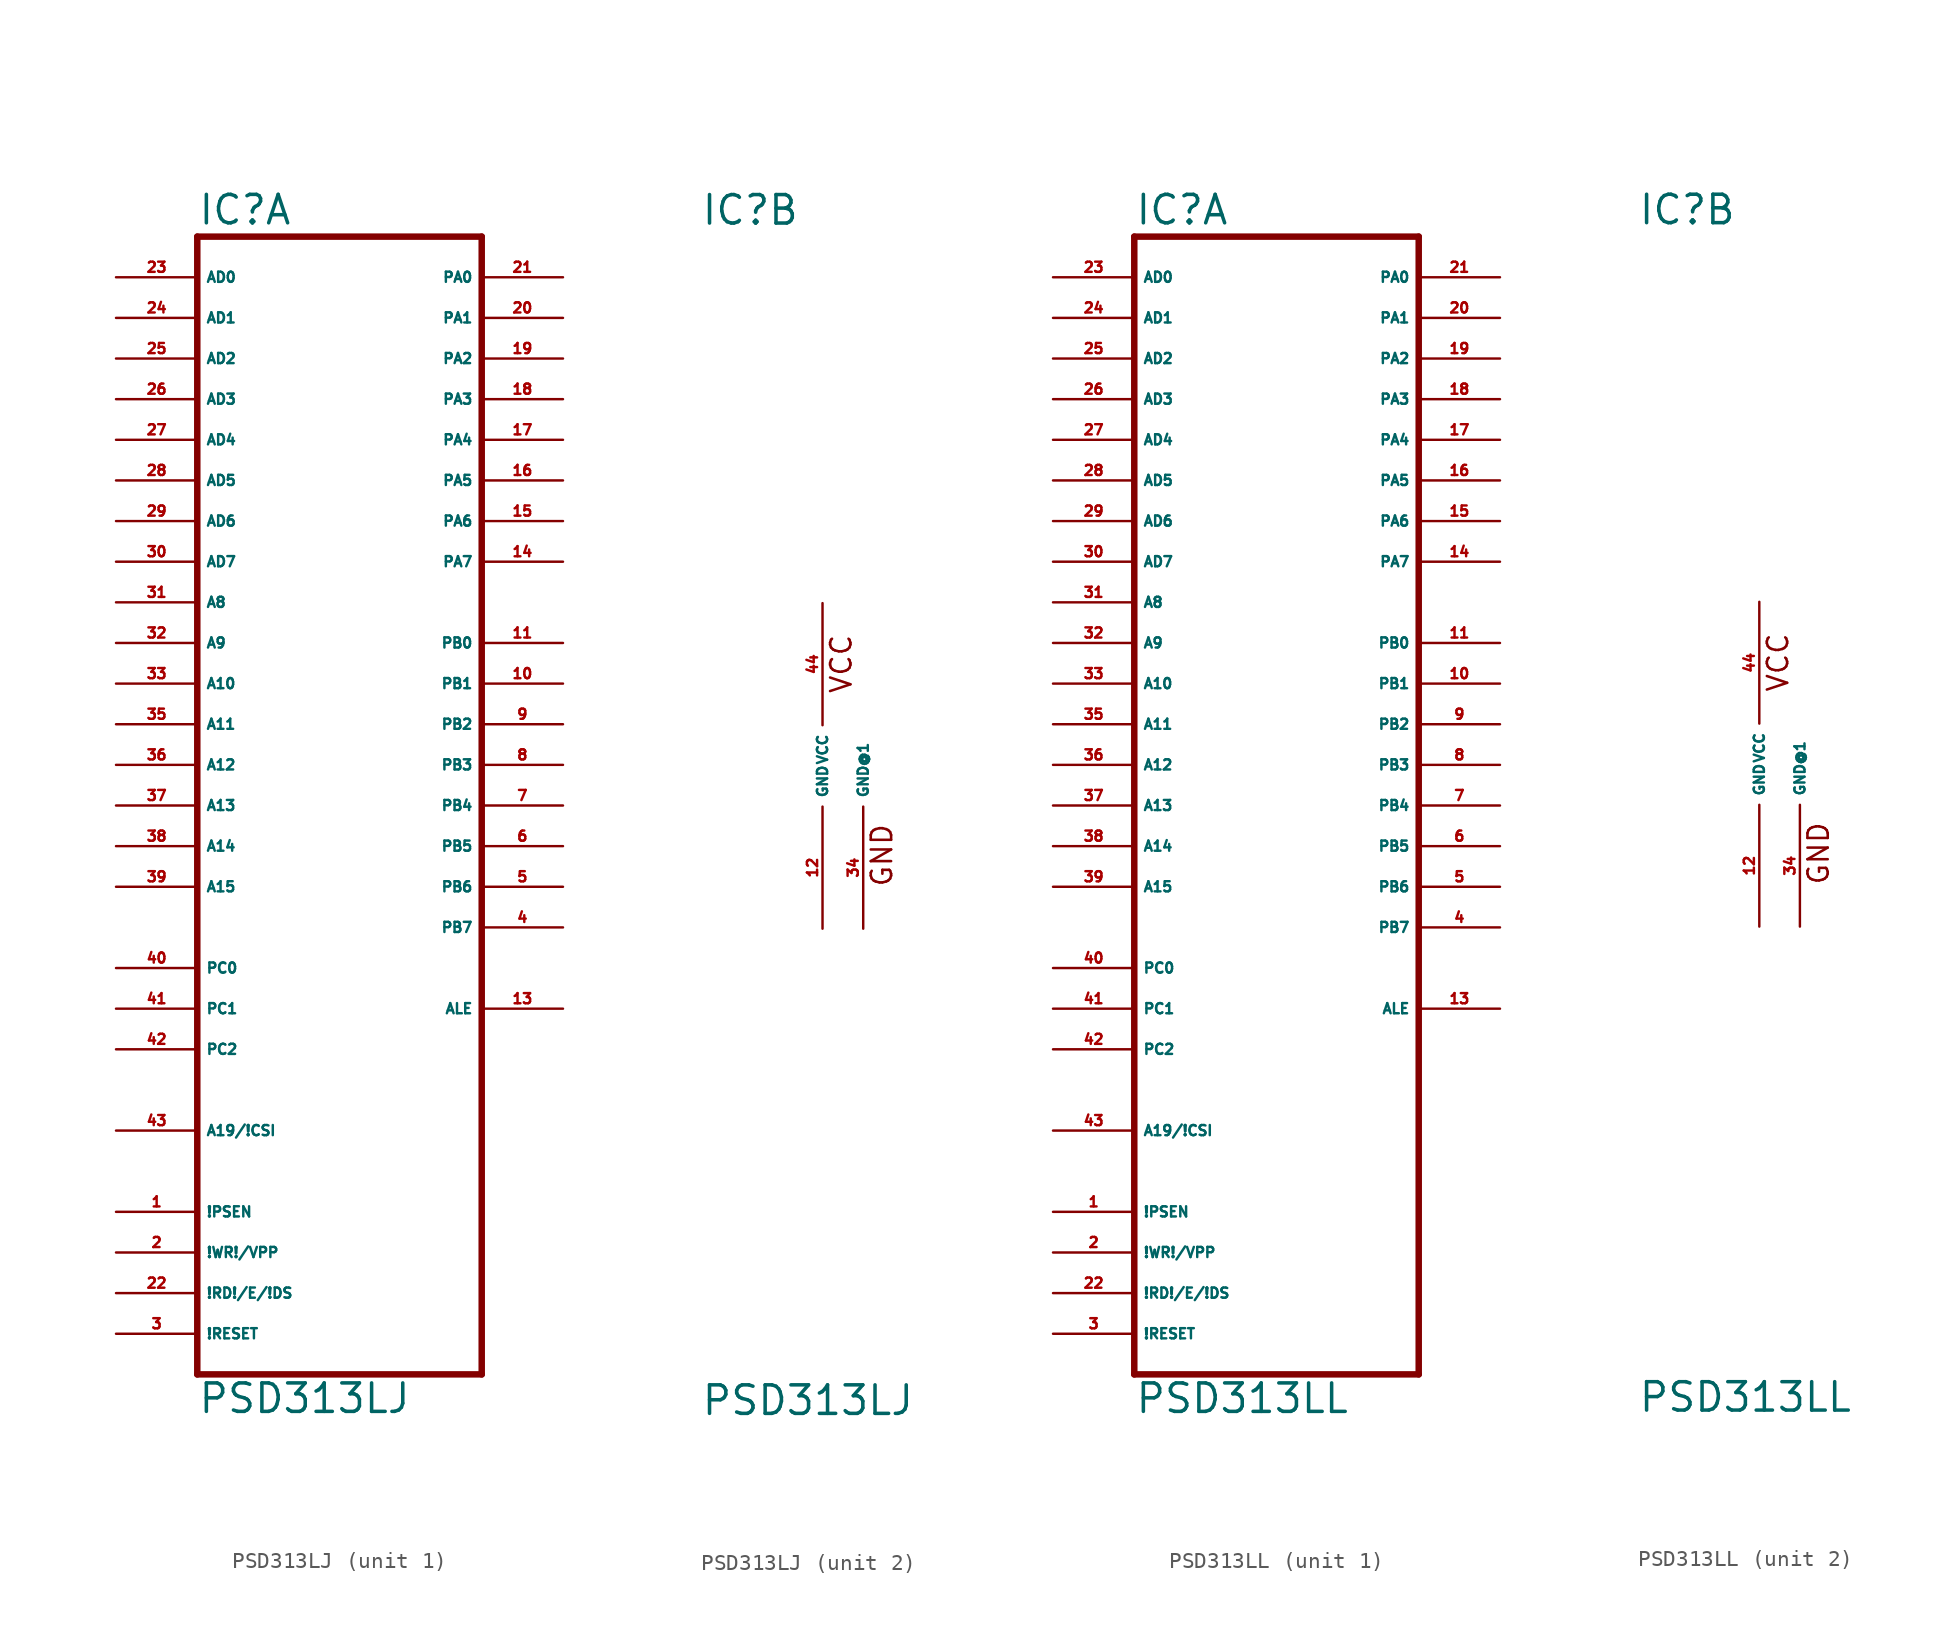
<source format=kicad_sym>
(kicad_symbol_lib
  (version 20220914)
  (generator Eagle2Kicad)
  (symbol "PSD313LJ"
    (property "Reference" "IC"
      (at -7.62 33.655 0)
      (effects (font (size 1.778 1.778) (thickness 0.22)) (justify left bottom)))
    (property "Value" "PSD313LJ"
      (at -7.62 -40.64 0)
      (effects (font (size 1.778 1.778) (thickness 0.22)) (justify left bottom)))
    (symbol "PSD313LJ_1_0"
      (polyline (pts (xy -7.62 -38.1) (xy 10.16 -38.1)) (stroke (width 0.406) (type default)) (fill (type none)))
      (polyline (pts (xy 10.16 -38.1) (xy 10.16 33.02)) (stroke (width 0.406) (type default)) (fill (type none)))
      (polyline (pts (xy 10.16 33.02) (xy -7.62 33.02)) (stroke (width 0.406) (type default)) (fill (type none)))
      (polyline (pts (xy -7.62 33.02) (xy -7.62 -38.1)) (stroke (width 0.406) (type default)) (fill (type none)))
      (pin input line (at -12.7 30.48 0) (length 5.08) (name "AD0" (effects (font (size 0.635 0.635) (thickness 0.08)) (justify left bottom))) (number "23" (effects (font (size 0.635 0.635) (thickness 0.08)) (justify left bottom))))
      (pin input line (at -12.7 27.94 0) (length 5.08) (name "AD1" (effects (font (size 0.635 0.635) (thickness 0.08)) (justify left bottom))) (number "24" (effects (font (size 0.635 0.635) (thickness 0.08)) (justify left bottom))))
      (pin input line (at -12.7 25.4 0) (length 5.08) (name "AD2" (effects (font (size 0.635 0.635) (thickness 0.08)) (justify left bottom))) (number "25" (effects (font (size 0.635 0.635) (thickness 0.08)) (justify left bottom))))
      (pin input line (at -12.7 22.86 0) (length 5.08) (name "AD3" (effects (font (size 0.635 0.635) (thickness 0.08)) (justify left bottom))) (number "26" (effects (font (size 0.635 0.635) (thickness 0.08)) (justify left bottom))))
      (pin input line (at -12.7 20.32 0) (length 5.08) (name "AD4" (effects (font (size 0.635 0.635) (thickness 0.08)) (justify left bottom))) (number "27" (effects (font (size 0.635 0.635) (thickness 0.08)) (justify left bottom))))
      (pin input line (at -12.7 17.78 0) (length 5.08) (name "AD5" (effects (font (size 0.635 0.635) (thickness 0.08)) (justify left bottom))) (number "28" (effects (font (size 0.635 0.635) (thickness 0.08)) (justify left bottom))))
      (pin input line (at -12.7 15.24 0) (length 5.08) (name "AD6" (effects (font (size 0.635 0.635) (thickness 0.08)) (justify left bottom))) (number "29" (effects (font (size 0.635 0.635) (thickness 0.08)) (justify left bottom))))
      (pin input line (at -12.7 12.7 0) (length 5.08) (name "AD7" (effects (font (size 0.635 0.635) (thickness 0.08)) (justify left bottom))) (number "30" (effects (font (size 0.635 0.635) (thickness 0.08)) (justify left bottom))))
      (pin input line (at -12.7 10.16 0) (length 5.08) (name "A8" (effects (font (size 0.635 0.635) (thickness 0.08)) (justify left bottom))) (number "31" (effects (font (size 0.635 0.635) (thickness 0.08)) (justify left bottom))))
      (pin input line (at -12.7 7.62 0) (length 5.08) (name "A9" (effects (font (size 0.635 0.635) (thickness 0.08)) (justify left bottom))) (number "32" (effects (font (size 0.635 0.635) (thickness 0.08)) (justify left bottom))))
      (pin input line (at -12.7 5.08 0) (length 5.08) (name "A10" (effects (font (size 0.635 0.635) (thickness 0.08)) (justify left bottom))) (number "33" (effects (font (size 0.635 0.635) (thickness 0.08)) (justify left bottom))))
      (pin input line (at -12.7 2.54 0) (length 5.08) (name "A11" (effects (font (size 0.635 0.635) (thickness 0.08)) (justify left bottom))) (number "35" (effects (font (size 0.635 0.635) (thickness 0.08)) (justify left bottom))))
      (pin input line (at -12.7 0 0) (length 5.08) (name "A12" (effects (font (size 0.635 0.635) (thickness 0.08)) (justify left bottom))) (number "36" (effects (font (size 0.635 0.635) (thickness 0.08)) (justify left bottom))))
      (pin input line (at -12.7 -2.54 0) (length 5.08) (name "A13" (effects (font (size 0.635 0.635) (thickness 0.08)) (justify left bottom))) (number "37" (effects (font (size 0.635 0.635) (thickness 0.08)) (justify left bottom))))
      (pin input line (at -12.7 -5.08 0) (length 5.08) (name "A14" (effects (font (size 0.635 0.635) (thickness 0.08)) (justify left bottom))) (number "38" (effects (font (size 0.635 0.635) (thickness 0.08)) (justify left bottom))))
      (pin input line (at -12.7 -7.62 0) (length 5.08) (name "A15" (effects (font (size 0.635 0.635) (thickness 0.08)) (justify left bottom))) (number "39" (effects (font (size 0.635 0.635) (thickness 0.08)) (justify left bottom))))
      (pin input line (at -12.7 -12.7 0) (length 5.08) (name "PC0" (effects (font (size 0.635 0.635) (thickness 0.08)) (justify left bottom))) (number "40" (effects (font (size 0.635 0.635) (thickness 0.08)) (justify left bottom))))
      (pin input line (at -12.7 -15.24 0) (length 5.08) (name "PC1" (effects (font (size 0.635 0.635) (thickness 0.08)) (justify left bottom))) (number "41" (effects (font (size 0.635 0.635) (thickness 0.08)) (justify left bottom))))
      (pin input line (at -12.7 -17.78 0) (length 5.08) (name "PC2" (effects (font (size 0.635 0.635) (thickness 0.08)) (justify left bottom))) (number "42" (effects (font (size 0.635 0.635) (thickness 0.08)) (justify left bottom))))
      (pin input line (at -12.7 -22.86 0) (length 5.08) (name "A19/!CSI" (effects (font (size 0.635 0.635) (thickness 0.08)) (justify left bottom))) (number "43" (effects (font (size 0.635 0.635) (thickness 0.08)) (justify left bottom))))
      (pin bidirectional line (at 15.24 30.48 180) (length 5.08) (name "PA0" (effects (font (size 0.635 0.635) (thickness 0.08)) (justify left bottom))) (number "21" (effects (font (size 0.635 0.635) (thickness 0.08)) (justify left bottom))))
      (pin bidirectional line (at 15.24 27.94 180) (length 5.08) (name "PA1" (effects (font (size 0.635 0.635) (thickness 0.08)) (justify left bottom))) (number "20" (effects (font (size 0.635 0.635) (thickness 0.08)) (justify left bottom))))
      (pin bidirectional line (at 15.24 25.4 180) (length 5.08) (name "PA2" (effects (font (size 0.635 0.635) (thickness 0.08)) (justify left bottom))) (number "19" (effects (font (size 0.635 0.635) (thickness 0.08)) (justify left bottom))))
      (pin bidirectional line (at 15.24 22.86 180) (length 5.08) (name "PA3" (effects (font (size 0.635 0.635) (thickness 0.08)) (justify left bottom))) (number "18" (effects (font (size 0.635 0.635) (thickness 0.08)) (justify left bottom))))
      (pin bidirectional line (at 15.24 20.32 180) (length 5.08) (name "PA4" (effects (font (size 0.635 0.635) (thickness 0.08)) (justify left bottom))) (number "17" (effects (font (size 0.635 0.635) (thickness 0.08)) (justify left bottom))))
      (pin bidirectional line (at 15.24 17.78 180) (length 5.08) (name "PA5" (effects (font (size 0.635 0.635) (thickness 0.08)) (justify left bottom))) (number "16" (effects (font (size 0.635 0.635) (thickness 0.08)) (justify left bottom))))
      (pin bidirectional line (at 15.24 15.24 180) (length 5.08) (name "PA6" (effects (font (size 0.635 0.635) (thickness 0.08)) (justify left bottom))) (number "15" (effects (font (size 0.635 0.635) (thickness 0.08)) (justify left bottom))))
      (pin bidirectional line (at 15.24 12.7 180) (length 5.08) (name "PA7" (effects (font (size 0.635 0.635) (thickness 0.08)) (justify left bottom))) (number "14" (effects (font (size 0.635 0.635) (thickness 0.08)) (justify left bottom))))
      (pin output line (at 15.24 7.62 180) (length 5.08) (name "PB0" (effects (font (size 0.635 0.635) (thickness 0.08)) (justify left bottom))) (number "11" (effects (font (size 0.635 0.635) (thickness 0.08)) (justify left bottom))))
      (pin output line (at 15.24 5.08 180) (length 5.08) (name "PB1" (effects (font (size 0.635 0.635) (thickness 0.08)) (justify left bottom))) (number "10" (effects (font (size 0.635 0.635) (thickness 0.08)) (justify left bottom))))
      (pin output line (at 15.24 2.54 180) (length 5.08) (name "PB2" (effects (font (size 0.635 0.635) (thickness 0.08)) (justify left bottom))) (number "9" (effects (font (size 0.635 0.635) (thickness 0.08)) (justify left bottom))))
      (pin output line (at 15.24 0 180) (length 5.08) (name "PB3" (effects (font (size 0.635 0.635) (thickness 0.08)) (justify left bottom))) (number "8" (effects (font (size 0.635 0.635) (thickness 0.08)) (justify left bottom))))
      (pin output line (at 15.24 -2.54 180) (length 5.08) (name "PB4" (effects (font (size 0.635 0.635) (thickness 0.08)) (justify left bottom))) (number "7" (effects (font (size 0.635 0.635) (thickness 0.08)) (justify left bottom))))
      (pin output line (at 15.24 -5.08 180) (length 5.08) (name "PB5" (effects (font (size 0.635 0.635) (thickness 0.08)) (justify left bottom))) (number "6" (effects (font (size 0.635 0.635) (thickness 0.08)) (justify left bottom))))
      (pin output line (at 15.24 -7.62 180) (length 5.08) (name "PB6" (effects (font (size 0.635 0.635) (thickness 0.08)) (justify left bottom))) (number "5" (effects (font (size 0.635 0.635) (thickness 0.08)) (justify left bottom))))
      (pin output line (at 15.24 -10.16 180) (length 5.08) (name "PB7" (effects (font (size 0.635 0.635) (thickness 0.08)) (justify left bottom))) (number "4" (effects (font (size 0.635 0.635) (thickness 0.08)) (justify left bottom))))
      (pin output line (at 15.24 -15.24 180) (length 5.08) (name "ALE" (effects (font (size 0.635 0.635) (thickness 0.08)) (justify left bottom))) (number "13" (effects (font (size 0.635 0.635) (thickness 0.08)) (justify left bottom))))
      (pin input line (at -12.7 -27.94 0) (length 5.08) (name "!PSEN" (effects (font (size 0.635 0.635) (thickness 0.08)) (justify left bottom))) (number "1" (effects (font (size 0.635 0.635) (thickness 0.08)) (justify left bottom))))
      (pin input line (at -12.7 -30.48 0) (length 5.08) (name "!WR!/VPP" (effects (font (size 0.635 0.635) (thickness 0.08)) (justify left bottom))) (number "2" (effects (font (size 0.635 0.635) (thickness 0.08)) (justify left bottom))))
      (pin input line (at -12.7 -33.02 0) (length 5.08) (name "!RD!/E/!DS" (effects (font (size 0.635 0.635) (thickness 0.08)) (justify left bottom))) (number "22" (effects (font (size 0.635 0.635) (thickness 0.08)) (justify left bottom))))
      (pin input line (at -12.7 -35.56 0) (length 5.08) (name "!RESET" (effects (font (size 0.635 0.635) (thickness 0.08)) (justify left bottom))) (number "3" (effects (font (size 0.635 0.635) (thickness 0.08)) (justify left bottom)))))
    (symbol "PSD313LJ_2_0"
      (text "VCC" (at 1.905 4.445 900) (effects (font (size 1.27 1.27) (thickness 0.16)) (justify left bottom)))
      (text "GND" (at 4.445 -7.62 900) (effects (font (size 1.27 1.27) (thickness 0.16)) (justify left bottom)))
      (pin unspecified line (at 0 10.16 270) (length 7.62) (name "VCC" (effects (font (size 0.635 0.635) (thickness 0.08)) (justify left bottom))) (number "44" (effects (font (size 0.635 0.635) (thickness 0.08)) (justify left bottom))))
      (pin unspecified line (at 0 -10.16 90) (length 7.62) (name "GND" (effects (font (size 0.635 0.635) (thickness 0.08)) (justify left bottom))) (number "12" (effects (font (size 0.635 0.635) (thickness 0.08)) (justify left bottom))))
      (pin unspecified line (at 2.54 -10.16 90) (length 7.62) (name "GND@1" (effects (font (size 0.635 0.635) (thickness 0.08)) (justify left bottom))) (number "34" (effects (font (size 0.635 0.635) (thickness 0.08)) (justify left bottom))))))
  (symbol "PSD313LL"
    (property "Reference" "IC"
      (at -7.62 33.655 0)
      (effects (font (size 1.778 1.778) (thickness 0.22)) (justify left bottom)))
    (property "Value" "PSD313LL"
      (at -7.62 -40.64 0)
      (effects (font (size 1.778 1.778) (thickness 0.22)) (justify left bottom)))
    (symbol "PSD313LL_1_0"
      (polyline (pts (xy -7.62 -38.1) (xy 10.16 -38.1)) (stroke (width 0.406) (type default)) (fill (type none)))
      (polyline (pts (xy 10.16 -38.1) (xy 10.16 33.02)) (stroke (width 0.406) (type default)) (fill (type none)))
      (polyline (pts (xy 10.16 33.02) (xy -7.62 33.02)) (stroke (width 0.406) (type default)) (fill (type none)))
      (polyline (pts (xy -7.62 33.02) (xy -7.62 -38.1)) (stroke (width 0.406) (type default)) (fill (type none)))
      (pin input line (at -12.7 30.48 0) (length 5.08) (name "AD0" (effects (font (size 0.635 0.635) (thickness 0.08)) (justify left bottom))) (number "23" (effects (font (size 0.635 0.635) (thickness 0.08)) (justify left bottom))))
      (pin input line (at -12.7 27.94 0) (length 5.08) (name "AD1" (effects (font (size 0.635 0.635) (thickness 0.08)) (justify left bottom))) (number "24" (effects (font (size 0.635 0.635) (thickness 0.08)) (justify left bottom))))
      (pin input line (at -12.7 25.4 0) (length 5.08) (name "AD2" (effects (font (size 0.635 0.635) (thickness 0.08)) (justify left bottom))) (number "25" (effects (font (size 0.635 0.635) (thickness 0.08)) (justify left bottom))))
      (pin input line (at -12.7 22.86 0) (length 5.08) (name "AD3" (effects (font (size 0.635 0.635) (thickness 0.08)) (justify left bottom))) (number "26" (effects (font (size 0.635 0.635) (thickness 0.08)) (justify left bottom))))
      (pin input line (at -12.7 20.32 0) (length 5.08) (name "AD4" (effects (font (size 0.635 0.635) (thickness 0.08)) (justify left bottom))) (number "27" (effects (font (size 0.635 0.635) (thickness 0.08)) (justify left bottom))))
      (pin input line (at -12.7 17.78 0) (length 5.08) (name "AD5" (effects (font (size 0.635 0.635) (thickness 0.08)) (justify left bottom))) (number "28" (effects (font (size 0.635 0.635) (thickness 0.08)) (justify left bottom))))
      (pin input line (at -12.7 15.24 0) (length 5.08) (name "AD6" (effects (font (size 0.635 0.635) (thickness 0.08)) (justify left bottom))) (number "29" (effects (font (size 0.635 0.635) (thickness 0.08)) (justify left bottom))))
      (pin input line (at -12.7 12.7 0) (length 5.08) (name "AD7" (effects (font (size 0.635 0.635) (thickness 0.08)) (justify left bottom))) (number "30" (effects (font (size 0.635 0.635) (thickness 0.08)) (justify left bottom))))
      (pin input line (at -12.7 10.16 0) (length 5.08) (name "A8" (effects (font (size 0.635 0.635) (thickness 0.08)) (justify left bottom))) (number "31" (effects (font (size 0.635 0.635) (thickness 0.08)) (justify left bottom))))
      (pin input line (at -12.7 7.62 0) (length 5.08) (name "A9" (effects (font (size 0.635 0.635) (thickness 0.08)) (justify left bottom))) (number "32" (effects (font (size 0.635 0.635) (thickness 0.08)) (justify left bottom))))
      (pin input line (at -12.7 5.08 0) (length 5.08) (name "A10" (effects (font (size 0.635 0.635) (thickness 0.08)) (justify left bottom))) (number "33" (effects (font (size 0.635 0.635) (thickness 0.08)) (justify left bottom))))
      (pin input line (at -12.7 2.54 0) (length 5.08) (name "A11" (effects (font (size 0.635 0.635) (thickness 0.08)) (justify left bottom))) (number "35" (effects (font (size 0.635 0.635) (thickness 0.08)) (justify left bottom))))
      (pin input line (at -12.7 0 0) (length 5.08) (name "A12" (effects (font (size 0.635 0.635) (thickness 0.08)) (justify left bottom))) (number "36" (effects (font (size 0.635 0.635) (thickness 0.08)) (justify left bottom))))
      (pin input line (at -12.7 -2.54 0) (length 5.08) (name "A13" (effects (font (size 0.635 0.635) (thickness 0.08)) (justify left bottom))) (number "37" (effects (font (size 0.635 0.635) (thickness 0.08)) (justify left bottom))))
      (pin input line (at -12.7 -5.08 0) (length 5.08) (name "A14" (effects (font (size 0.635 0.635) (thickness 0.08)) (justify left bottom))) (number "38" (effects (font (size 0.635 0.635) (thickness 0.08)) (justify left bottom))))
      (pin input line (at -12.7 -7.62 0) (length 5.08) (name "A15" (effects (font (size 0.635 0.635) (thickness 0.08)) (justify left bottom))) (number "39" (effects (font (size 0.635 0.635) (thickness 0.08)) (justify left bottom))))
      (pin input line (at -12.7 -12.7 0) (length 5.08) (name "PC0" (effects (font (size 0.635 0.635) (thickness 0.08)) (justify left bottom))) (number "40" (effects (font (size 0.635 0.635) (thickness 0.08)) (justify left bottom))))
      (pin input line (at -12.7 -15.24 0) (length 5.08) (name "PC1" (effects (font (size 0.635 0.635) (thickness 0.08)) (justify left bottom))) (number "41" (effects (font (size 0.635 0.635) (thickness 0.08)) (justify left bottom))))
      (pin input line (at -12.7 -17.78 0) (length 5.08) (name "PC2" (effects (font (size 0.635 0.635) (thickness 0.08)) (justify left bottom))) (number "42" (effects (font (size 0.635 0.635) (thickness 0.08)) (justify left bottom))))
      (pin input line (at -12.7 -22.86 0) (length 5.08) (name "A19/!CSI" (effects (font (size 0.635 0.635) (thickness 0.08)) (justify left bottom))) (number "43" (effects (font (size 0.635 0.635) (thickness 0.08)) (justify left bottom))))
      (pin bidirectional line (at 15.24 30.48 180) (length 5.08) (name "PA0" (effects (font (size 0.635 0.635) (thickness 0.08)) (justify left bottom))) (number "21" (effects (font (size 0.635 0.635) (thickness 0.08)) (justify left bottom))))
      (pin bidirectional line (at 15.24 27.94 180) (length 5.08) (name "PA1" (effects (font (size 0.635 0.635) (thickness 0.08)) (justify left bottom))) (number "20" (effects (font (size 0.635 0.635) (thickness 0.08)) (justify left bottom))))
      (pin bidirectional line (at 15.24 25.4 180) (length 5.08) (name "PA2" (effects (font (size 0.635 0.635) (thickness 0.08)) (justify left bottom))) (number "19" (effects (font (size 0.635 0.635) (thickness 0.08)) (justify left bottom))))
      (pin bidirectional line (at 15.24 22.86 180) (length 5.08) (name "PA3" (effects (font (size 0.635 0.635) (thickness 0.08)) (justify left bottom))) (number "18" (effects (font (size 0.635 0.635) (thickness 0.08)) (justify left bottom))))
      (pin bidirectional line (at 15.24 20.32 180) (length 5.08) (name "PA4" (effects (font (size 0.635 0.635) (thickness 0.08)) (justify left bottom))) (number "17" (effects (font (size 0.635 0.635) (thickness 0.08)) (justify left bottom))))
      (pin bidirectional line (at 15.24 17.78 180) (length 5.08) (name "PA5" (effects (font (size 0.635 0.635) (thickness 0.08)) (justify left bottom))) (number "16" (effects (font (size 0.635 0.635) (thickness 0.08)) (justify left bottom))))
      (pin bidirectional line (at 15.24 15.24 180) (length 5.08) (name "PA6" (effects (font (size 0.635 0.635) (thickness 0.08)) (justify left bottom))) (number "15" (effects (font (size 0.635 0.635) (thickness 0.08)) (justify left bottom))))
      (pin bidirectional line (at 15.24 12.7 180) (length 5.08) (name "PA7" (effects (font (size 0.635 0.635) (thickness 0.08)) (justify left bottom))) (number "14" (effects (font (size 0.635 0.635) (thickness 0.08)) (justify left bottom))))
      (pin output line (at 15.24 7.62 180) (length 5.08) (name "PB0" (effects (font (size 0.635 0.635) (thickness 0.08)) (justify left bottom))) (number "11" (effects (font (size 0.635 0.635) (thickness 0.08)) (justify left bottom))))
      (pin output line (at 15.24 5.08 180) (length 5.08) (name "PB1" (effects (font (size 0.635 0.635) (thickness 0.08)) (justify left bottom))) (number "10" (effects (font (size 0.635 0.635) (thickness 0.08)) (justify left bottom))))
      (pin output line (at 15.24 2.54 180) (length 5.08) (name "PB2" (effects (font (size 0.635 0.635) (thickness 0.08)) (justify left bottom))) (number "9" (effects (font (size 0.635 0.635) (thickness 0.08)) (justify left bottom))))
      (pin output line (at 15.24 0 180) (length 5.08) (name "PB3" (effects (font (size 0.635 0.635) (thickness 0.08)) (justify left bottom))) (number "8" (effects (font (size 0.635 0.635) (thickness 0.08)) (justify left bottom))))
      (pin output line (at 15.24 -2.54 180) (length 5.08) (name "PB4" (effects (font (size 0.635 0.635) (thickness 0.08)) (justify left bottom))) (number "7" (effects (font (size 0.635 0.635) (thickness 0.08)) (justify left bottom))))
      (pin output line (at 15.24 -5.08 180) (length 5.08) (name "PB5" (effects (font (size 0.635 0.635) (thickness 0.08)) (justify left bottom))) (number "6" (effects (font (size 0.635 0.635) (thickness 0.08)) (justify left bottom))))
      (pin output line (at 15.24 -7.62 180) (length 5.08) (name "PB6" (effects (font (size 0.635 0.635) (thickness 0.08)) (justify left bottom))) (number "5" (effects (font (size 0.635 0.635) (thickness 0.08)) (justify left bottom))))
      (pin output line (at 15.24 -10.16 180) (length 5.08) (name "PB7" (effects (font (size 0.635 0.635) (thickness 0.08)) (justify left bottom))) (number "4" (effects (font (size 0.635 0.635) (thickness 0.08)) (justify left bottom))))
      (pin output line (at 15.24 -15.24 180) (length 5.08) (name "ALE" (effects (font (size 0.635 0.635) (thickness 0.08)) (justify left bottom))) (number "13" (effects (font (size 0.635 0.635) (thickness 0.08)) (justify left bottom))))
      (pin input line (at -12.7 -27.94 0) (length 5.08) (name "!PSEN" (effects (font (size 0.635 0.635) (thickness 0.08)) (justify left bottom))) (number "1" (effects (font (size 0.635 0.635) (thickness 0.08)) (justify left bottom))))
      (pin input line (at -12.7 -30.48 0) (length 5.08) (name "!WR!/VPP" (effects (font (size 0.635 0.635) (thickness 0.08)) (justify left bottom))) (number "2" (effects (font (size 0.635 0.635) (thickness 0.08)) (justify left bottom))))
      (pin input line (at -12.7 -33.02 0) (length 5.08) (name "!RD!/E/!DS" (effects (font (size 0.635 0.635) (thickness 0.08)) (justify left bottom))) (number "22" (effects (font (size 0.635 0.635) (thickness 0.08)) (justify left bottom))))
      (pin input line (at -12.7 -35.56 0) (length 5.08) (name "!RESET" (effects (font (size 0.635 0.635) (thickness 0.08)) (justify left bottom))) (number "3" (effects (font (size 0.635 0.635) (thickness 0.08)) (justify left bottom)))))
    (symbol "PSD313LL_2_0"
      (text "VCC" (at 1.905 4.445 900) (effects (font (size 1.27 1.27) (thickness 0.16)) (justify left bottom)))
      (text "GND" (at 4.445 -7.62 900) (effects (font (size 1.27 1.27) (thickness 0.16)) (justify left bottom)))
      (pin unspecified line (at 0 10.16 270) (length 7.62) (name "VCC" (effects (font (size 0.635 0.635) (thickness 0.08)) (justify left bottom))) (number "44" (effects (font (size 0.635 0.635) (thickness 0.08)) (justify left bottom))))
      (pin unspecified line (at 0 -10.16 90) (length 7.62) (name "GND" (effects (font (size 0.635 0.635) (thickness 0.08)) (justify left bottom))) (number "12" (effects (font (size 0.635 0.635) (thickness 0.08)) (justify left bottom))))
      (pin unspecified line (at 2.54 -10.16 90) (length 7.62) (name "GND@1" (effects (font (size 0.635 0.635) (thickness 0.08)) (justify left bottom))) (number "34" (effects (font (size 0.635 0.635) (thickness 0.08)) (justify left bottom)))))))
</source>
